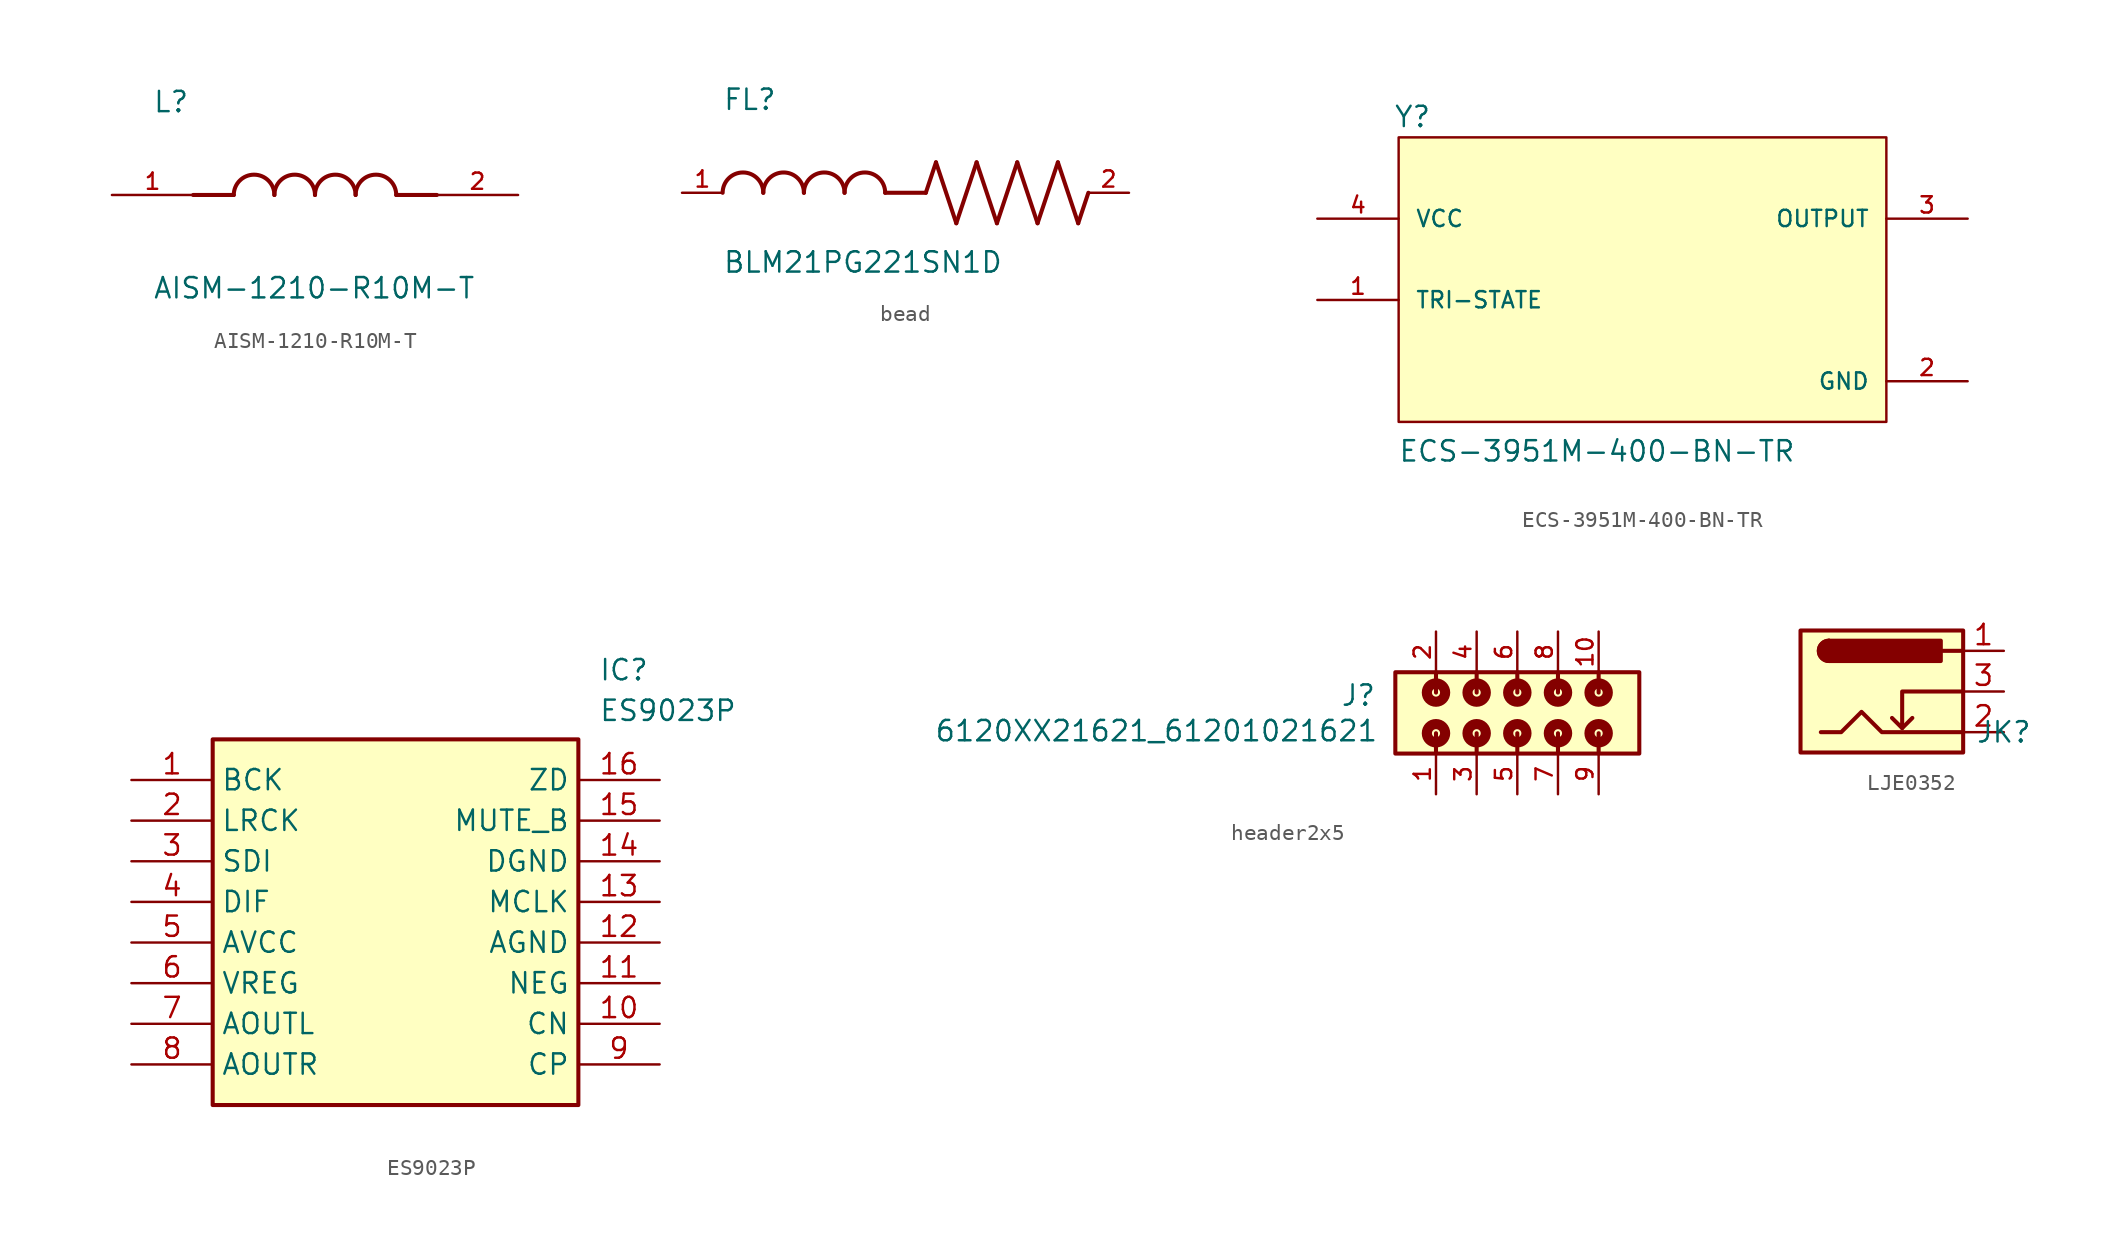
<source format=kicad_sym>
(kicad_symbol_lib
  (version 20231120)
  (generator "kicad_symbol_editor")
  (generator_version "8.0")
  (symbol "AISM-1210-R10M-T"
    (pin_names
      (offset 1.016))
    (property "Reference" "L"
      (at -10.16 5.08 0)
      (effects (font (size 1.27 1.27)) (justify left bottom)))
    (property "Value" "AISM-1210-R10M-T"
      (at -10.16 -5.08 0)
      (effects (font (size 1.27 1.27)) (justify left top)))
    (symbol "AISM-1210-R10M-T_0_0"
      (arc (start -2.54 0) (mid -3.81 1.2645) (end -5.08 0) (stroke (width 0.254) (type default)) (fill (type none)))
      (arc (start 0 0) (mid -1.27 1.2645) (end -2.54 0) (stroke (width 0.254) (type default)) (fill (type none)))
      (polyline (pts (xy -5.08 0) (xy -7.62 0)) (stroke (width 0.254) (type default)) (fill (type none)))
      (polyline (pts (xy 5.08 0) (xy 7.62 0)) (stroke (width 0.254) (type default)) (fill (type none)))
      (arc (start 2.54 0) (mid 1.27 1.2645) (end 0 0) (stroke (width 0.254) (type default)) (fill (type none)))
      (arc (start 5.08 0) (mid 3.81 1.2645) (end 2.54 0) (stroke (width 0.254) (type default)) (fill (type none)))
      (pin passive line (at -12.7 0 0) (length 5.08) (name "~" (effects (font (size 1.016 1.016)))) (number "1" (effects (font (size 1.016 1.016)))))
      (pin passive line (at 12.7 0 180) (length 5.08) (name "~" (effects (font (size 1.016 1.016)))) (number "2" (effects (font (size 1.016 1.016)))))))
  (symbol "bead"
    (pin_names
      (offset 1.016))
    (property "Reference" "FL"
      (at -12.704 5.082 0)
      (effects (font (size 1.27 1.27)) (justify left bottom)))
    (property "Value" "BLM21PG221SN1D"
      (at -12.71 -5.087 0)
      (effects (font (size 1.27 1.27)) (justify left bottom)))
    (symbol "bead_0_0"
      (arc (start -10.16 0) (mid -11.43 1.2645) (end -12.7 0) (stroke (width 0.254) (type default)) (fill (type none)))
      (arc (start -7.62 0) (mid -8.89 1.2645) (end -10.16 0) (stroke (width 0.254) (type default)) (fill (type none)))
      (arc (start -5.08 0) (mid -6.35 1.2645) (end -7.62 0) (stroke (width 0.254) (type default)) (fill (type none)))
      (arc (start -2.54 0) (mid -3.81 1.2645) (end -5.08 0) (stroke (width 0.254) (type default)) (fill (type none)))
      (polyline (pts (xy 0 0) (xy -2.54 0)) (stroke (width 0.254) (type default)) (fill (type none)))
      (polyline (pts (xy 0 0) (xy 0.635 1.905)) (stroke (width 0.254) (type default)) (fill (type none)))
      (polyline (pts (xy 0.635 1.905) (xy 1.905 -1.905)) (stroke (width 0.254) (type default)) (fill (type none)))
      (polyline (pts (xy 1.905 -1.905) (xy 3.175 1.905)) (stroke (width 0.254) (type default)) (fill (type none)))
      (polyline (pts (xy 3.175 1.905) (xy 4.445 -1.905)) (stroke (width 0.254) (type default)) (fill (type none)))
      (polyline (pts (xy 4.445 -1.905) (xy 5.715 1.905)) (stroke (width 0.254) (type default)) (fill (type none)))
      (polyline (pts (xy 5.715 1.905) (xy 6.985 -1.905)) (stroke (width 0.254) (type default)) (fill (type none)))
      (polyline (pts (xy 6.985 -1.905) (xy 8.255 1.905)) (stroke (width 0.254) (type default)) (fill (type none)))
      (polyline (pts (xy 8.255 1.905) (xy 9.525 -1.905)) (stroke (width 0.254) (type default)) (fill (type none)))
      (polyline (pts (xy 9.525 -1.905) (xy 10.16 0)) (stroke (width 0.254) (type default)) (fill (type none)))
      (pin passive line (at -15.24 0 0) (length 2.54) (name "~" (effects (font (size 1.016 1.016)))) (number "1" (effects (font (size 1.016 1.016)))))
      (pin passive line (at 12.7 0 180) (length 2.54) (name "~" (effects (font (size 1.016 1.016)))) (number "2" (effects (font (size 1.016 1.016)))))))
  (symbol "ECS-3951M-400-BN-TR"
    (pin_names
      (offset 1.016))
    (property "Reference" "Y"
      (at -15.56 8.163 0)
      (effects (font (size 1.27 1.27)) (justify left bottom)))
    (property "Value" "ECS-3951M-400-BN-TR"
      (at -15.281 -12.735 0)
      (effects (font (size 1.27 1.27)) (justify left bottom)))
    (symbol "ECS-3951M-400-BN-TR_0_0"
      (rectangle (start -15.24 -10.16) (end 15.24 7.62) (stroke (width 0.152) (type default)) (fill (type background)))
      (pin input line (at -20.32 -2.54 0) (length 5.08) (name "TRI-STATE" (effects (font (size 1.016 1.016)))) (number "1" (effects (font (size 1.016 1.016)))))
      (pin power_in line (at 20.32 -7.62 180) (length 5.08) (name "GND" (effects (font (size 1.016 1.016)))) (number "2" (effects (font (size 1.016 1.016)))))
      (pin output line (at 20.32 2.54 180) (length 5.08) (name "OUTPUT" (effects (font (size 1.016 1.016)))) (number "3" (effects (font (size 1.016 1.016)))))
      (pin input line (at -20.32 2.54 0) (length 5.08) (name "VCC" (effects (font (size 1.016 1.016)))) (number "4" (effects (font (size 1.016 1.016)))))))
  (symbol "ES9023P"
    (property "Reference" "IC"
      (at 29.21 7.62 0)
      (effects (font (size 1.27 1.27)) (justify left top)))
    (property "Value" "ES9023P"
      (at 29.21 5.08 0)
      (effects (font (size 1.27 1.27)) (justify left top)))
    (symbol "ES9023P_1_1"
      (rectangle (start 5.08 2.54) (end 27.94 -20.32) (stroke (width 0.254) (type default)) (fill (type background)))
      (pin passive line (at 0 0 0) (length 5.08) (name "BCK" (effects (font (size 1.27 1.27)))) (number "1" (effects (font (size 1.27 1.27)))))
      (pin passive line (at 33.02 -15.24 180) (length 5.08) (name "CN" (effects (font (size 1.27 1.27)))) (number "10" (effects (font (size 1.27 1.27)))))
      (pin passive line (at 33.02 -12.7 180) (length 5.08) (name "NEG" (effects (font (size 1.27 1.27)))) (number "11" (effects (font (size 1.27 1.27)))))
      (pin passive line (at 33.02 -10.16 180) (length 5.08) (name "AGND" (effects (font (size 1.27 1.27)))) (number "12" (effects (font (size 1.27 1.27)))))
      (pin passive line (at 33.02 -7.62 180) (length 5.08) (name "MCLK" (effects (font (size 1.27 1.27)))) (number "13" (effects (font (size 1.27 1.27)))))
      (pin passive line (at 33.02 -5.08 180) (length 5.08) (name "DGND" (effects (font (size 1.27 1.27)))) (number "14" (effects (font (size 1.27 1.27)))))
      (pin passive line (at 33.02 -2.54 180) (length 5.08) (name "MUTE_B" (effects (font (size 1.27 1.27)))) (number "15" (effects (font (size 1.27 1.27)))))
      (pin passive line (at 33.02 0 180) (length 5.08) (name "ZD" (effects (font (size 1.27 1.27)))) (number "16" (effects (font (size 1.27 1.27)))))
      (pin passive line (at 0 -2.54 0) (length 5.08) (name "LRCK" (effects (font (size 1.27 1.27)))) (number "2" (effects (font (size 1.27 1.27)))))
      (pin passive line (at 0 -5.08 0) (length 5.08) (name "SDI" (effects (font (size 1.27 1.27)))) (number "3" (effects (font (size 1.27 1.27)))))
      (pin passive line (at 0 -7.62 0) (length 5.08) (name "DIF" (effects (font (size 1.27 1.27)))) (number "4" (effects (font (size 1.27 1.27)))))
      (pin passive line (at 0 -10.16 0) (length 5.08) (name "AVCC" (effects (font (size 1.27 1.27)))) (number "5" (effects (font (size 1.27 1.27)))))
      (pin passive line (at 0 -12.7 0) (length 5.08) (name "VREG" (effects (font (size 1.27 1.27)))) (number "6" (effects (font (size 1.27 1.27)))))
      (pin passive line (at 0 -15.24 0) (length 5.08) (name "AOUTL" (effects (font (size 1.27 1.27)))) (number "7" (effects (font (size 1.27 1.27)))))
      (pin passive line (at 0 -17.78 0) (length 5.08) (name "AOUTR" (effects (font (size 1.27 1.27)))) (number "8" (effects (font (size 1.27 1.27)))))
      (pin passive line (at 33.02 -17.78 180) (length 5.08) (name "CP" (effects (font (size 1.27 1.27)))) (number "9" (effects (font (size 1.27 1.27)))))))
  (symbol "header2x5"
    (pin_names
      (offset 1.016))
    (property "Reference" "J"
      (at -8.8 0.35 0)
      (effects (font (size 1.27 1.27)) (justify right bottom)))
    (property "Value" "6120XX21621_61201021621"
      (at -8.66 -1.87 0)
      (effects (font (size 1.27 1.27)) (justify right bottom)))
    (symbol "header2x5_0_0"
      (rectangle (start -7.62 -2.54) (end 7.62 2.54) (stroke (width 0.254) (type default)) (fill (type background)))
      (circle (center -5.08 -1.27) (radius 0.254) (stroke (width 0.635) (type default)) (fill (type none)))
      (circle (center -5.08 1.27) (radius 0.254) (stroke (width 0.635) (type default)) (fill (type none)))
      (circle (center -2.54 -1.27) (radius 0.254) (stroke (width 0.635) (type default)) (fill (type none)))
      (circle (center -2.54 1.27) (radius 0.254) (stroke (width 0.635) (type default)) (fill (type none)))
      (circle (center 0 -1.27) (radius 0.254) (stroke (width 0.635) (type default)) (fill (type none)))
      (polyline (pts (xy -5.08 -1.27) (xy -5.08 -2.54)) (stroke (width 0.254) (type default)) (fill (type none)))
      (polyline (pts (xy -5.08 1.27) (xy -5.08 2.54)) (stroke (width 0.254) (type default)) (fill (type none)))
      (polyline (pts (xy -2.54 -1.27) (xy -2.54 -2.54)) (stroke (width 0.254) (type default)) (fill (type none)))
      (polyline (pts (xy -2.54 1.27) (xy -2.54 2.54)) (stroke (width 0.254) (type default)) (fill (type none)))
      (polyline (pts (xy 0 -1.27) (xy 0 -2.54)) (stroke (width 0.254) (type default)) (fill (type none)))
      (polyline (pts (xy 0 1.27) (xy 0 2.54)) (stroke (width 0.254) (type default)) (fill (type none)))
      (polyline (pts (xy 2.54 -1.27) (xy 2.54 -2.54)) (stroke (width 0.254) (type default)) (fill (type none)))
      (polyline (pts (xy 2.54 1.27) (xy 2.54 2.54)) (stroke (width 0.254) (type default)) (fill (type none)))
      (polyline (pts (xy 5.08 -1.27) (xy 5.08 -2.54)) (stroke (width 0.254) (type default)) (fill (type none)))
      (polyline (pts (xy 5.08 1.27) (xy 5.08 2.54)) (stroke (width 0.254) (type default)) (fill (type none)))
      (circle (center 0 1.27) (radius 0.254) (stroke (width 0.635) (type default)) (fill (type none)))
      (circle (center 2.54 -1.27) (radius 0.254) (stroke (width 0.635) (type default)) (fill (type none)))
      (circle (center 2.54 1.27) (radius 0.254) (stroke (width 0.635) (type default)) (fill (type none)))
      (circle (center 5.08 -1.27) (radius 0.254) (stroke (width 0.635) (type default)) (fill (type none)))
      (circle (center 5.08 1.27) (radius 0.254) (stroke (width 0.635) (type default)) (fill (type none)))
      (pin passive line (at -5.08 -5.08 90) (length 2.54) (name "~" (effects (font (size 1.016 1.016)))) (number "1" (effects (font (size 1.016 1.016)))))
      (pin passive line (at 5.08 5.08 270) (length 2.54) (name "~" (effects (font (size 1.016 1.016)))) (number "10" (effects (font (size 1.016 1.016)))))
      (pin passive line (at -5.08 5.08 270) (length 2.54) (name "~" (effects (font (size 1.016 1.016)))) (number "2" (effects (font (size 1.016 1.016)))))
      (pin passive line (at -2.54 -5.08 90) (length 2.54) (name "~" (effects (font (size 1.016 1.016)))) (number "3" (effects (font (size 1.016 1.016)))))
      (pin passive line (at -2.54 5.08 270) (length 2.54) (name "~" (effects (font (size 1.016 1.016)))) (number "4" (effects (font (size 1.016 1.016)))))
      (pin passive line (at 0 -5.08 90) (length 2.54) (name "~" (effects (font (size 1.016 1.016)))) (number "5" (effects (font (size 1.016 1.016)))))
      (pin passive line (at 0 5.08 270) (length 2.54) (name "~" (effects (font (size 1.016 1.016)))) (number "6" (effects (font (size 1.016 1.016)))))
      (pin passive line (at 2.54 -5.08 90) (length 2.54) (name "~" (effects (font (size 1.016 1.016)))) (number "7" (effects (font (size 1.016 1.016)))))
      (pin passive line (at 2.54 5.08 270) (length 2.54) (name "~" (effects (font (size 1.016 1.016)))) (number "8" (effects (font (size 1.016 1.016)))))
      (pin passive line (at 5.08 -5.08 90) (length 2.54) (name "~" (effects (font (size 1.016 1.016)))) (number "9" (effects (font (size 1.016 1.016)))))))
  (symbol "LJE0352"
    (property "Reference" "JK"
      (at 0 0 0)
      (effects (font (size 1.27 1.27))))
    (property "Value" ""
      (at 0 0 0)
      (effects (font (size 1.27 1.27))))
    (symbol "LJE0352_0_1"
      (rectangle (start -12.7 6.35) (end -2.54 -1.27) (stroke (width 0.254) (type default)) (fill (type background)))
      (arc (start -10.922 5.715) (mid -11.5543 5.08) (end -10.922 4.445) (stroke (width 0.254) (type default)) (fill (type none)))
      (arc (start -10.922 5.715) (mid -11.5543 5.08) (end -10.922 4.445) (stroke (width 0.254) (type default)) (fill (type outline)))
      (rectangle (start -3.937 5.715) (end -10.922 4.445) (stroke (width 0.254) (type default)) (fill (type outline)))
      (polyline (pts (xy -6.35 0.254) (xy -5.715 0.889)) (stroke (width 0.254) (type default)) (fill (type none)))
      (polyline (pts (xy -2.54 5.08) (xy -3.81 5.08)) (stroke (width 0.254) (type default)) (fill (type none)))
      (polyline (pts (xy -2.54 2.54) (xy -6.35 2.54) (xy -6.35 0.254) (xy -6.985 0.889)) (stroke (width 0.254) (type default)) (fill (type none)))
      (polyline (pts (xy -11.43 0) (xy -10.16 0) (xy -8.89 1.27) (xy -7.62 0) (xy -5.08 0) (xy -2.54 0)) (stroke (width 0.254) (type default)) (fill (type none))))
    (symbol "LJE0352_1_1"
      (pin passive line (at 0 5.08 180) (length 2.54) (name "~" (effects (font (size 1.27 1.27)))) (number "1" (effects (font (size 1.27 1.27)))))
      (pin passive line (at 0 0 180) (length 2.54) (name "~" (effects (font (size 1.27 1.27)))) (number "2" (effects (font (size 1.27 1.27)))))
      (pin passive line (at 0 2.54 180) (length 2.54) (name "~" (effects (font (size 1.27 1.27)))) (number "3" (effects (font (size 1.27 1.27))))))))
</source>
